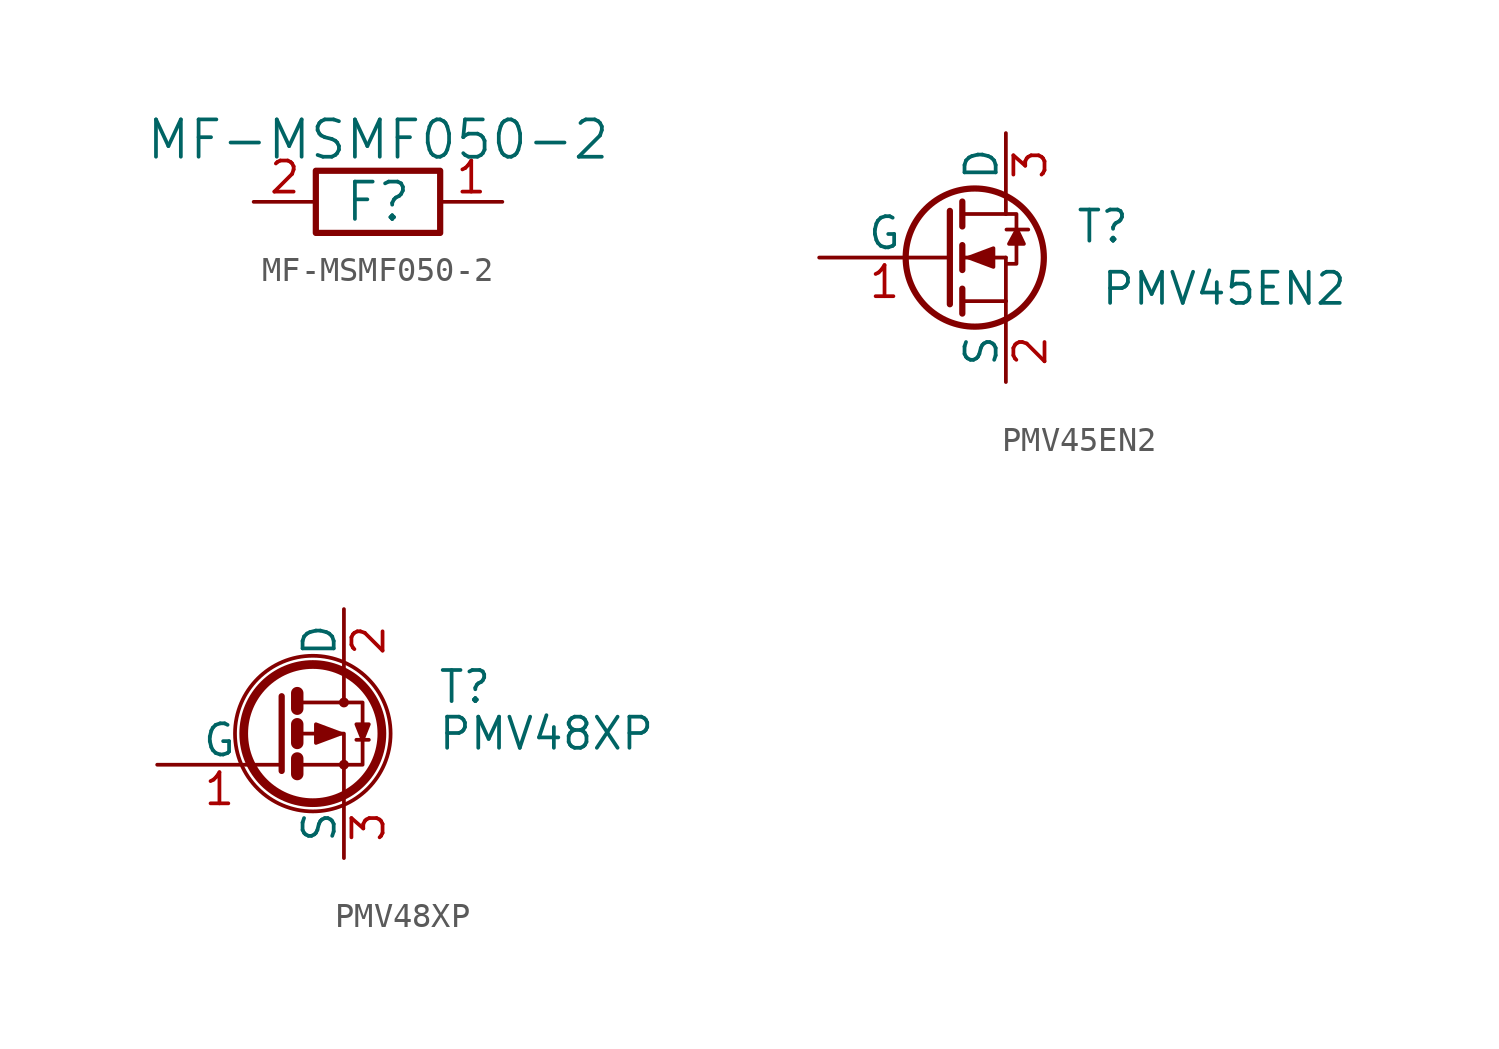
<source format=kicad_sym>
(kicad_symbol_lib
  (version 20241209)
  (generator "kicad_symbol_editor")
  (generator_version "9.0")
  (symbol "MF-MSMF050-2"
    (pin_names
      (offset 0)
      (hide yes))
    (property "Reference" "F"
      (at 0 0 0)
      (effects (font (size 1.524 1.524))))
    (property "Value" "MF-MSMF050-2"
      (at 0 2.54 0)
      (effects (font (size 1.524 1.524))))
    (symbol "MF-MSMF050-2_0_1"
      (rectangle (start -2.54 1.27) (end 2.54 -1.27) (stroke (width 0.254) (type solid)) (fill (type none))))
    (symbol "MF-MSMF050-2_1_1"
      (pin passive line (at -5.08 0 0) (length 2.54) (name "2" (effects (font (size 1.27 1.27)))) (number "2" (effects (font (size 1.27 1.27)))))
      (pin passive line (at 5.08 0 180) (length 2.54) (name "1" (effects (font (size 1.27 1.27)))) (number "1" (effects (font (size 1.27 1.27)))))))
  (symbol "PMV45EN2"
    (pin_names
      (offset 0))
    (property "Reference" "T"
      (at 7.62 1.27 0)
      (effects (font (size 1.27 1.27)) (justify right)))
    (property "Value" "PMV45EN2"
      (at 16.51 -1.27 0)
      (effects (font (size 1.27 1.27)) (justify right)))
    (symbol "PMV45EN2_0_1"
      (polyline (pts (xy 0.254 1.905) (xy 0.254 -1.905) (xy 0.254 -1.905)) (stroke (width 0.254) (type solid)) (fill (type none)))
      (polyline (pts (xy 0.762 2.286) (xy 0.762 1.27)) (stroke (width 0.254) (type solid)) (fill (type none)))
      (polyline (pts (xy 0.762 1.778) (xy 2.54 1.778)) (stroke (width 0) (type solid)) (fill (type none)))
      (polyline (pts (xy 0.762 0.508) (xy 0.762 -0.508)) (stroke (width 0.254) (type solid)) (fill (type none)))
      (polyline (pts (xy 0.762 0) (xy 2.54 0)) (stroke (width 0) (type solid)) (fill (type none)))
      (polyline (pts (xy 0.762 -1.27) (xy 0.762 -2.286)) (stroke (width 0.254) (type solid)) (fill (type none)))
      (polyline (pts (xy 0.762 -1.778) (xy 2.54 -1.778)) (stroke (width 0) (type solid)) (fill (type none)))
      (polyline (pts (xy 1.016 0) (xy 2.032 0.381) (xy 2.032 -0.381) (xy 1.016 0)) (stroke (width 0) (type solid)) (fill (type outline)))
      (circle (center 1.27 0) (radius 2.819) (stroke (width 0.254) (type solid)) (fill (type none)))
      (polyline (pts (xy 2.54 2.54) (xy 2.54 1.778)) (stroke (width 0) (type solid)) (fill (type none)))
      (polyline (pts (xy 2.54 1.778) (xy 2.972 1.778) (xy 2.972 -0.254) (xy 2.565 -0.254)) (stroke (width 0) (type solid)) (fill (type none)))
      (polyline (pts (xy 2.54 -1.778) (xy 2.54 0)) (stroke (width 0) (type solid)) (fill (type none)))
      (polyline (pts (xy 2.54 -1.778) (xy 2.54 -2.54)) (stroke (width 0) (type solid)) (fill (type none)))
      (polyline (pts (xy 2.565 1.143) (xy 3.454 1.143)) (stroke (width 0) (type solid)) (fill (type none)))
      (polyline (pts (xy 2.972 1.118) (xy 2.667 0.559) (xy 3.277 0.559) (xy 3.023 1.092)) (stroke (width 0) (type solid)) (fill (type outline))))
    (symbol "PMV45EN2_1_1"
      (pin input line (at -5.08 0 0) (length 5.334) (name "G" (effects (font (size 1.27 1.27)))) (number "1" (effects (font (size 1.27 1.27)))))
      (pin passive line (at 2.54 5.08 270) (length 2.54) (name "D" (effects (font (size 1.27 1.27)))) (number "3" (effects (font (size 1.27 1.27)))))
      (pin passive line (at 2.54 -5.08 90) (length 2.54) (name "S" (effects (font (size 1.27 1.27)))) (number "2" (effects (font (size 1.27 1.27)))))))
  (symbol "PMV48XP"
    (pin_names
      (offset 0))
    (property "Reference" "T"
      (at 6.35 1.905 0)
      (effects (font (size 1.27 1.27)) (justify left)))
    (property "Value" "PMV48XP"
      (at 6.35 0 0)
      (effects (font (size 1.27 1.27)) (justify left)))
    (symbol "PMV48XP_0_1"
      (polyline (pts (xy 0 1.524) (xy 0 -1.524) (xy 0 -1.524)) (stroke (width 0.254) (type solid)) (fill (type none)))
      (polyline (pts (xy 0.635 1.651) (xy 0.635 1.016)) (stroke (width 0.508) (type solid)) (fill (type none)))
      (polyline (pts (xy 0.635 0.381) (xy 0.635 -0.381)) (stroke (width 0.508) (type solid)) (fill (type none)))
      (polyline (pts (xy 0.635 -1.016) (xy 0.635 -1.651)) (stroke (width 0.508) (type solid)) (fill (type none)))
      (polyline (pts (xy 0.762 1.27) (xy 2.54 1.27) (xy 2.54 2.54) (xy 2.54 2.54)) (stroke (width 0) (type solid)) (fill (type none)))
      (polyline (pts (xy 0.762 0) (xy 2.54 0) (xy 2.54 -1.27) (xy 2.54 -1.27)) (stroke (width 0) (type solid)) (fill (type none)))
      (polyline (pts (xy 0.762 -1.27) (xy 2.54 -1.27) (xy 2.54 -2.54) (xy 2.54 -2.54)) (stroke (width 0) (type solid)) (fill (type none)))
      (circle (center 1.27 0) (radius 2.819) (stroke (width 0.356) (type solid)) (fill (type none)))
      (circle (center 1.27 0) (radius 3.175) (stroke (width 0) (type solid)) (fill (type none)))
      (polyline (pts (xy 1.397 0.381) (xy 1.397 -0.381) (xy 2.413 0) (xy 1.397 0.381)) (stroke (width 0) (type solid)) (fill (type outline)))
      (polyline (pts (xy 2.54 1.27) (xy 3.302 1.27) (xy 3.302 -1.27) (xy 2.54 -1.27)) (stroke (width 0) (type solid)) (fill (type none)))
      (circle (center 2.54 1.27) (radius 0.127) (stroke (width 0) (type solid)) (fill (type none)))
      (circle (center 2.54 -1.27) (radius 0.127) (stroke (width 0) (type solid)) (fill (type none)))
      (polyline (pts (xy 3.302 -0.254) (xy 3.556 0.381) (xy 3.048 0.381) (xy 3.302 -0.254)) (stroke (width 0) (type solid)) (fill (type outline)))
      (polyline (pts (xy 3.556 -0.254) (xy 3.048 -0.254)) (stroke (width 0) (type solid)) (fill (type none))))
    (symbol "PMV48XP_1_1"
      (pin input line (at -5.08 -1.27 0) (length 5.08) (name "G" (effects (font (size 1.27 1.27)))) (number "1" (effects (font (size 1.27 1.27)))))
      (pin passive line (at 2.54 5.08 270) (length 2.54) (name "D" (effects (font (size 1.27 1.27)))) (number "2" (effects (font (size 1.27 1.27)))))
      (pin passive line (at 2.54 -5.08 90) (length 2.54) (name "S" (effects (font (size 1.27 1.27)))) (number "3" (effects (font (size 1.27 1.27))))))))
</source>
